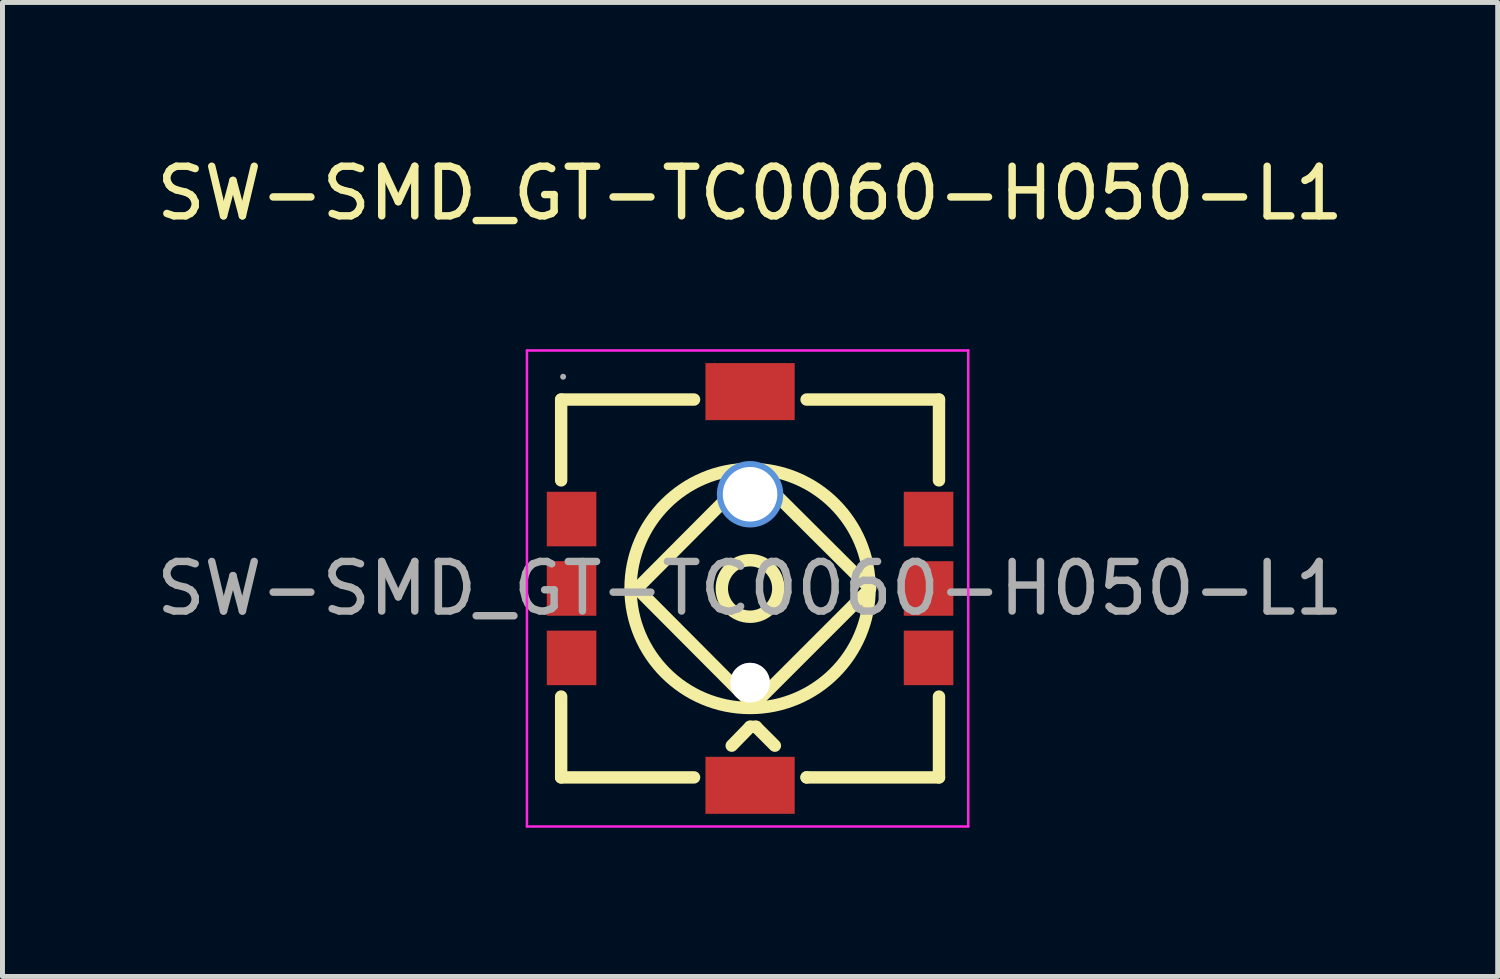
<source format=kicad_pcb>
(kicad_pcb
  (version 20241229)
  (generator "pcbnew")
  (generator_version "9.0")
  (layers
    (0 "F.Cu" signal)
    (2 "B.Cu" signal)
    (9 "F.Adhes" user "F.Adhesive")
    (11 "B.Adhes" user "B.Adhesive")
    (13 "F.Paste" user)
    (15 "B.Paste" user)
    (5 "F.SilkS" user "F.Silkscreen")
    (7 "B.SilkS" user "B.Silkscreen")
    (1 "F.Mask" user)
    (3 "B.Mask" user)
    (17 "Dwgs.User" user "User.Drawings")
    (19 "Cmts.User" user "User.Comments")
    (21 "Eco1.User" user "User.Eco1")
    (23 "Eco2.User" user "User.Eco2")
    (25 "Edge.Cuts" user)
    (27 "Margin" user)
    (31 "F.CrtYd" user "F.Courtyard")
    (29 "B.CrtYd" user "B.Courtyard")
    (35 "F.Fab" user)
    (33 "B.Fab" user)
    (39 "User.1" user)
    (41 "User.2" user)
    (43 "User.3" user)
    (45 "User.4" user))
  (footprint "SW-SMD_GT-TC0060-H050-L1"
    (layer "F.Cu")
    (at 12.077 8.818)
    (property "Reference" "SW-SMD_GT-TC0060-H050-L1" (at 0 -7.97 0) (layer "F.SilkS") (effects (font (size 1 1) (thickness 0.15))))
    (attr smd)
    (fp_line (start -3.81 -3.81) (end -3.81 -2.18) (stroke (width 0.25) (type solid)) (layer "F.SilkS"))
    (fp_line (start -3.81 2.18) (end -3.81 3.81) (stroke (width 0.25) (type solid)) (layer "F.SilkS"))
    (fp_line (start -3.81 3.81) (end -1.13 3.81) (stroke (width 0.25) (type solid)) (layer "F.SilkS"))
    (fp_line (start -2.28 0) (end 0 2.29) (stroke (width 0.25) (type solid)) (layer "F.SilkS"))
    (fp_line (start -1.13 -3.81) (end -3.81 -3.81) (stroke (width 0.25) (type solid)) (layer "F.SilkS"))
    (fp_line (start -0.37 3.17) (end 0 2.79) (stroke (width 0.25) (type solid)) (layer "F.SilkS"))
    (fp_line (start 0 -2.29) (end -2.28 0) (stroke (width 0.25) (type solid)) (layer "F.SilkS"))
    (fp_line (start 0 2.29) (end 0.13 2.29) (stroke (width 0.25) (type solid)) (layer "F.SilkS"))
    (fp_line (start 0 2.79) (end 0.12 2.79) (stroke (width 0.25) (type solid)) (layer "F.SilkS"))
    (fp_line (start 0.12 2.79) (end 0.5 3.17) (stroke (width 0.25) (type solid)) (layer "F.SilkS"))
    (fp_line (start 0.13 2.29) (end 2.42 0) (stroke (width 0.25) (type solid)) (layer "F.SilkS"))
    (fp_line (start 1.14 3.81) (end 1.14 3.81) (stroke (width 0.25) (type solid)) (layer "F.SilkS"))
    (fp_line (start 1.14 3.81) (end 3.81 3.81) (stroke (width 0.25) (type solid)) (layer "F.SilkS"))
    (fp_line (start 2.42 0) (end 0 -2.41) (stroke (width 0.25) (type solid)) (layer "F.SilkS"))
    (fp_line (start 3.81 -3.81) (end 1.14 -3.81) (stroke (width 0.25) (type solid)) (layer "F.SilkS"))
    (fp_line (start 3.81 -2.18) (end 3.81 -3.81) (stroke (width 0.25) (type solid)) (layer "F.SilkS"))
    (fp_line (start 3.81 3.81) (end 3.81 2.18) (stroke (width 0.25) (type solid)) (layer "F.SilkS"))
    (fp_circle (center 0 0) (end 0.57 0) (stroke (width 0.25) (type solid)) (fill no) (layer "F.SilkS"))
    (fp_circle (center 0 0) (end 2.41 0) (stroke (width 0.25) (type solid)) (fill no) (layer "F.SilkS"))
    (fp_circle (center 0 -1.9) (end 0.22 -1.9) (stroke (width 0.45) (type solid)) (fill no) (layer "Cmts.User"))
    (fp_circle (center 0 1.9) (end 0.15 1.9) (stroke (width 0.3) (type solid)) (fill no) (layer "Cmts.User"))
    (fp_line (start -4.5 -4.8) (end -4.5 4.8) (stroke (width 0.05) (type default)) (layer "F.CrtYd"))
    (fp_line (start -4.5 4.8) (end 4.4 4.8) (stroke (width 0.05) (type default)) (layer "F.CrtYd"))
    (fp_line (start 4.4 -4.8) (end -4.5 -4.8) (stroke (width 0.05) (type default)) (layer "F.CrtYd"))
    (fp_line (start 4.4 4.8) (end 4.4 -4.8) (stroke (width 0.05) (type default)) (layer "F.CrtYd"))
    (fp_circle (center -3.77 -4.27) (end -3.74 -4.27) (stroke (width 0.06) (type solid)) (fill no) (layer "F.Fab"))
    (fp_text user "${REFERENCE}" (at 0 0 0) (layer "F.Fab") (effects (font (size 1 1) (thickness 0.15))))
    (pad "" thru_hole circle (at 0 -1.9) (size 1.1 1.1) (drill 1.1) (layers "*.Cu" "*.Mask"))
    (pad "" thru_hole circle (at 0 1.9) (size 0.8 0.8) (drill 0.8) (layers "*.Cu" "*.Mask"))
    (pad "1" smd rect (at -3.6 -1.4) (size 1 1.1) (layers "F.Cu" "F.Mask" "F.Paste"))
    (pad "2" smd rect (at -3.6 0) (size 1 1.1) (layers "F.Cu" "F.Mask" "F.Paste"))
    (pad "3" smd rect (at -3.6 1.4) (size 1 1.1) (layers "F.Cu" "F.Mask" "F.Paste"))
    (pad "4" smd rect (at 3.6 -1.4) (size 1 1.1) (layers "F.Cu" "F.Mask" "F.Paste"))
    (pad "5" smd rect (at 3.6 0) (size 1 1.1) (layers "F.Cu" "F.Mask" "F.Paste"))
    (pad "6" smd rect (at 3.6 1.4) (size 1 1.1) (layers "F.Cu" "F.Mask" "F.Paste"))
    (pad "7" smd rect (at 0 -3.97) (size 1.8 1.15) (layers "F.Cu" "F.Mask" "F.Paste"))
    (pad "8" smd rect (at 0 3.97) (size 1.8 1.15) (layers "F.Cu" "F.Mask" "F.Paste")))
  (gr_rect
    (start -3 -3)
    (end 27.155 16.643)
    (stroke (width 0.1) (type default))
    (fill no)
    (layer "Edge.Cuts")))
</source>
